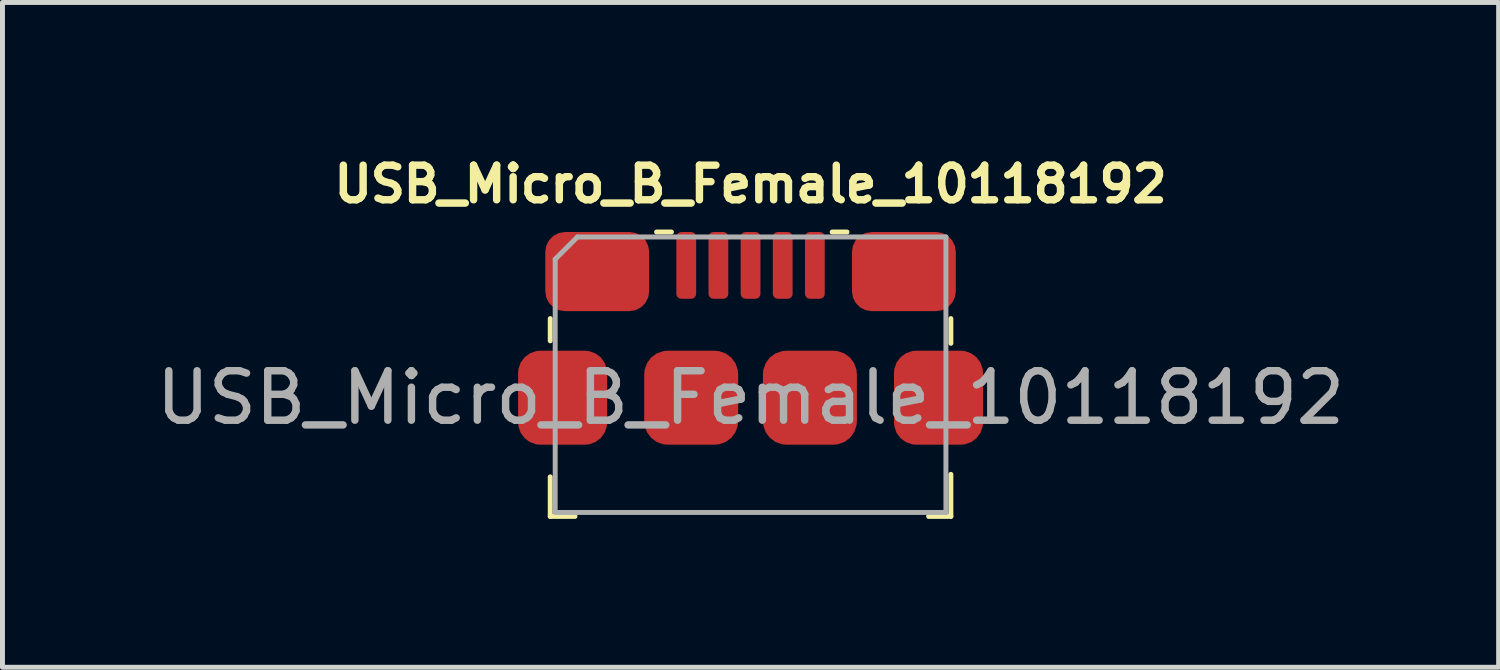
<source format=kicad_pcb>
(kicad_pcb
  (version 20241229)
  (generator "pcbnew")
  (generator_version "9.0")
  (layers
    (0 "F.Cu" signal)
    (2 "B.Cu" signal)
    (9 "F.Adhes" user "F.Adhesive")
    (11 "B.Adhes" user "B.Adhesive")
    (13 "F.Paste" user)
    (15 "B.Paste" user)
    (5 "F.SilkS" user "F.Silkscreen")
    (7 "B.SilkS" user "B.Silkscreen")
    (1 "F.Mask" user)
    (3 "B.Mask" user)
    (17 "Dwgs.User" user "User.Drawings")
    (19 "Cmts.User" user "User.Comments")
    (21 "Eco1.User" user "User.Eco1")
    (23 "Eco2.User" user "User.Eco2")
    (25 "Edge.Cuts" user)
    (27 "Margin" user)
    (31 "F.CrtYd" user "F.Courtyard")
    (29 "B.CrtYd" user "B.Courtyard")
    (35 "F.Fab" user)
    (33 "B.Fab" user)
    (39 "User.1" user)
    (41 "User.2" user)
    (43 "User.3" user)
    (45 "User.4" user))
  (footprint "USB_Micro_B_Female_10118192"
    (layer "F.Cu")
    (at 12.125 4.991)
    (property "Reference" "USB_Micro_B_Female_10118192" (at 0 -4.318 0) (layer "F.SilkS") (effects (font (size 0.7 0.7) (thickness 0.15))))
    (attr smd)
    (fp_line (start -4.05 -1.6) (end -4.05 -1.15) (stroke (width 0.1) (type solid)) (layer "F.SilkS"))
    (fp_line (start -4.05 1.6) (end -4.05 2.4) (stroke (width 0.1) (type solid)) (layer "F.SilkS"))
    (fp_line (start -4.05 2.4) (end -3.55 2.4) (stroke (width 0.1) (type solid)) (layer "F.SilkS"))
    (fp_line (start -1.9 -3.35) (end -1.6 -3.35) (stroke (width 0.1) (type solid)) (layer "F.SilkS"))
    (fp_line (start 1.65 -3.35) (end 1.95 -3.35) (stroke (width 0.1) (type solid)) (layer "F.SilkS"))
    (fp_line (start 3.6 2.4) (end 4.05 2.4) (stroke (width 0.1) (type solid)) (layer "F.SilkS"))
    (fp_line (start 4.05 -1.6) (end 4.05 -1.1) (stroke (width 0.1) (type solid)) (layer "F.SilkS"))
    (fp_line (start 4.05 2.4) (end 4.05 1.55) (stroke (width 0.1) (type solid)) (layer "F.SilkS"))
    (fp_line (start -3.95 -2.8) (end -3.95 2.3) (stroke (width 0.1) (type solid)) (layer "F.Fab"))
    (fp_line (start -3.95 -2.8) (end -3.5 -3.25) (stroke (width 0.1) (type solid)) (layer "F.Fab"))
    (fp_line (start -3.95 2.32) (end 3.95 2.32) (stroke (width 0.1) (type solid)) (layer "F.Fab"))
    (fp_line (start 3.95 -3.25) (end -3.5 -3.25) (stroke (width 0.1) (type solid)) (layer "F.Fab"))
    (fp_line (start 3.95 2.32) (end 3.95 -3.25) (stroke (width 0.1) (type solid)) (layer "F.Fab"))
    (fp_text user "${REFERENCE}" (at 0 0 0) (layer "F.Fab") (effects (font (size 1 1) (thickness 0.15))))
    (pad "1" smd roundrect (at -1.3 -2.675) (size 0.4 1.35) (layers "F.Cu" "F.Mask" "F.Paste") (roundrect_rratio 0.25))
    (pad "2" smd roundrect (at -0.65 -2.675) (size 0.4 1.35) (layers "F.Cu" "F.Mask" "F.Paste") (roundrect_rratio 0.25))
    (pad "3" smd roundrect (at 0 -2.675) (size 0.4 1.35) (layers "F.Cu" "F.Mask" "F.Paste") (roundrect_rratio 0.25))
    (pad "4" smd roundrect (at 0.65 -2.675) (size 0.4 1.35) (layers "F.Cu" "F.Mask" "F.Paste") (roundrect_rratio 0.25))
    (pad "5" smd roundrect (at 1.3 -2.675) (size 0.4 1.35) (layers "F.Cu" "F.Mask" "F.Paste") (roundrect_rratio 0.25))
    (pad "6" smd roundrect (at -3.8 0) (size 1.8 1.9) (layers "F.Cu" "F.Mask" "F.Paste") (roundrect_rratio 0.25))
    (pad "6" smd roundrect (at -3.1 -2.55) (size 2.1 1.6) (layers "F.Cu" "F.Mask" "F.Paste") (roundrect_rratio 0.25))
    (pad "6" smd roundrect (at -1.2 0) (size 1.9 1.9) (layers "F.Cu" "F.Mask" "F.Paste") (roundrect_rratio 0.25))
    (pad "6" smd roundrect (at 1.2 0) (size 1.9 1.9) (layers "F.Cu" "F.Mask" "F.Paste") (roundrect_rratio 0.25))
    (pad "6" smd roundrect (at 3.1 -2.55) (size 2.1 1.6) (layers "F.Cu" "F.Mask" "F.Paste") (roundrect_rratio 0.25))
    (pad "6" smd roundrect (at 3.8 0) (size 1.8 1.9) (layers "F.Cu" "F.Mask" "F.Paste") (roundrect_rratio 0.25)))
  (gr_rect
    (start -3 -3)
    (end 27.25 10.441)
    (stroke (width 0.1) (type default))
    (fill no)
    (layer "Edge.Cuts")))
</source>
